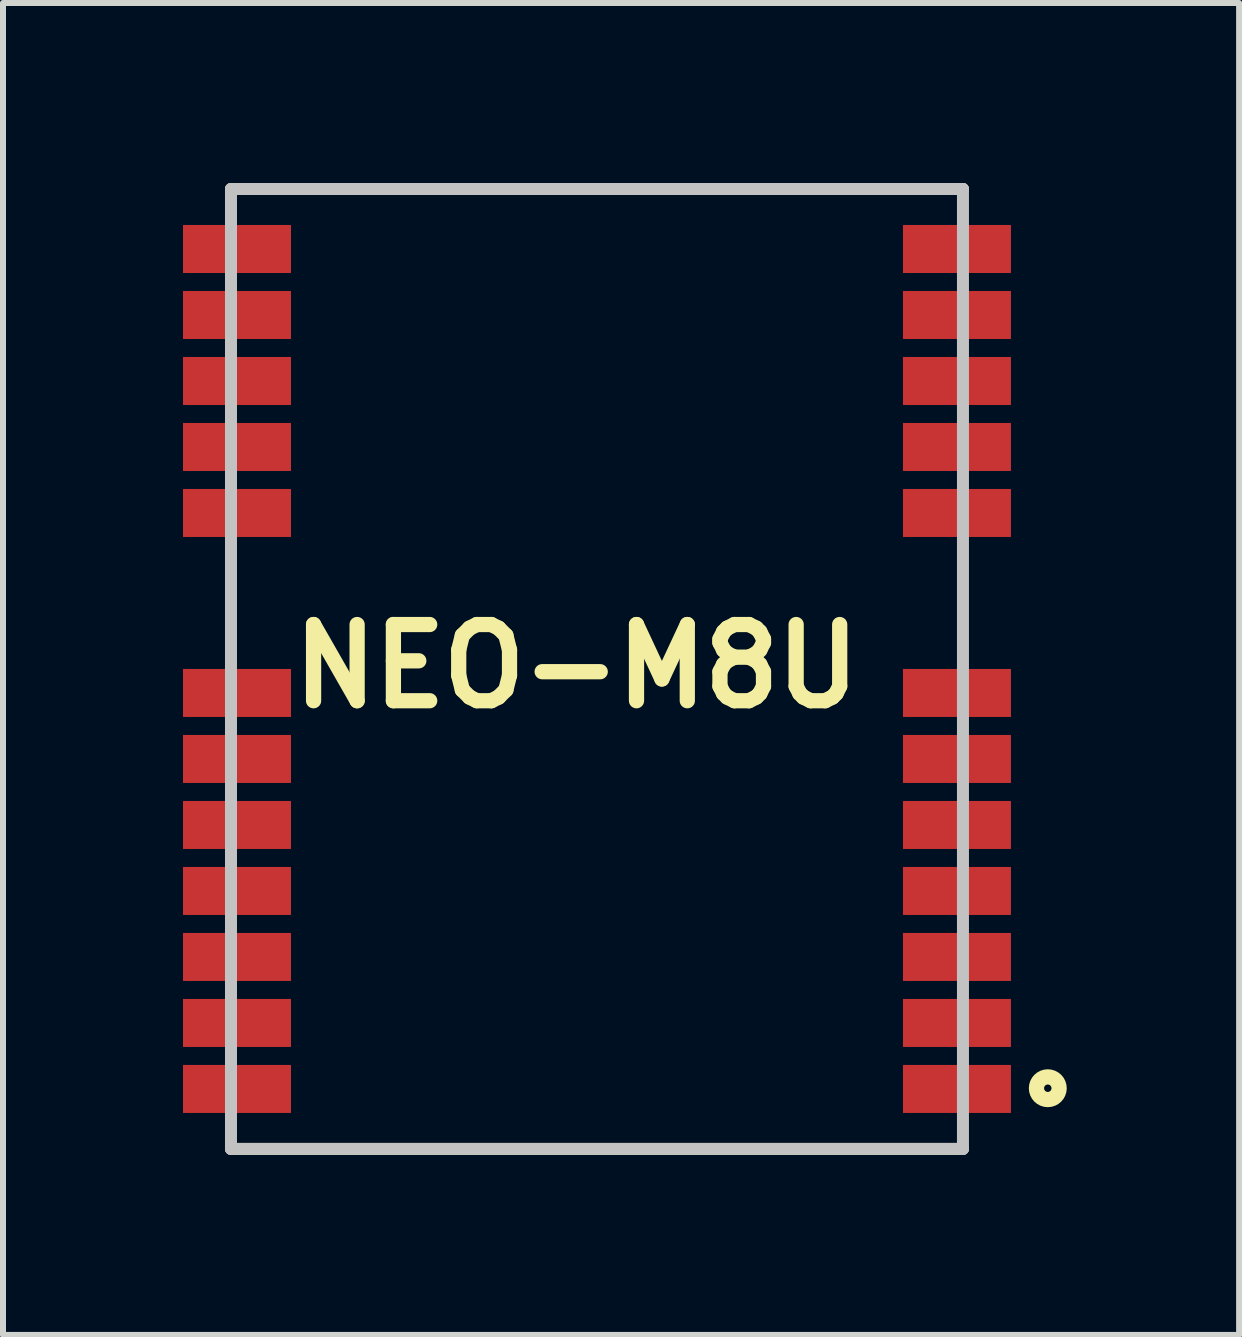
<source format=kicad_pcb>
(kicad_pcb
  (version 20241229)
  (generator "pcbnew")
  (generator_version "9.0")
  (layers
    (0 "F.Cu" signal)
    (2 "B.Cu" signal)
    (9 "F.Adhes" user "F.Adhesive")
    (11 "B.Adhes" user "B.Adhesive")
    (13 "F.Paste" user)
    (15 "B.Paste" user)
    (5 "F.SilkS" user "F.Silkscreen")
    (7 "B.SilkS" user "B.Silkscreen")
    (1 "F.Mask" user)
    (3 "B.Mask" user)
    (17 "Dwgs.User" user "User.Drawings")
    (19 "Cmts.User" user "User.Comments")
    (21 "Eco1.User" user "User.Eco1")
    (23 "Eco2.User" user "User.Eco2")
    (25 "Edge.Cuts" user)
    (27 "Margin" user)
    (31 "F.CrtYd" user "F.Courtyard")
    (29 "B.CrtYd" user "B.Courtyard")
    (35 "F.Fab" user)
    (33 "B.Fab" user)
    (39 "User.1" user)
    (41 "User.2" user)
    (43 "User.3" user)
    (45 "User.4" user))
  (footprint "NEO-M8U"
    (layer "F.Cu")
    (at 6.9 8.1)
    (property "Reference" "NEO-M8U" (at -0.339 -0.045 0) (layer "F.SilkS") (effects (font (size 1.27 1.27) (thickness 0.254))))
    (attr smd)
    (fp_line (start -6.1 8) (end 6.1 8) (stroke (width 0.2) (type solid)) (layer "F.SilkS"))
    (fp_line (start 6.1 -8) (end -6.1 -8) (stroke (width 0.2) (type solid)) (layer "F.SilkS"))
    (fp_circle (center 7.514 6.988) (end 7.452 6.988) (stroke (width 0.254) (type solid)) (fill no) (layer "F.SilkS"))
    (fp_line (start -6.1 -8) (end 6.1 -8) (stroke (width 0.2) (type solid)) (layer "Dwgs.User"))
    (fp_line (start -6.1 8) (end -6.1 -8) (stroke (width 0.2) (type solid)) (layer "Dwgs.User"))
    (fp_line (start 6.1 -8) (end 6.1 8) (stroke (width 0.2) (type solid)) (layer "Dwgs.User"))
    (fp_line (start 6.1 8) (end -6.1 8) (stroke (width 0.2) (type solid)) (layer "Dwgs.User"))
    (pad "1" smd rect (at 6 7 90) (size 0.8 1.8) (layers "F.Cu" "F.Mask" "F.Paste"))
    (pad "2" smd rect (at 6 5.9 90) (size 0.8 1.8) (layers "F.Cu" "F.Mask" "F.Paste"))
    (pad "3" smd rect (at 6 4.8 90) (size 0.8 1.8) (layers "F.Cu" "F.Mask" "F.Paste"))
    (pad "4" smd rect (at 6 3.7 90) (size 0.8 1.8) (layers "F.Cu" "F.Mask" "F.Paste"))
    (pad "5" smd rect (at 6 2.6 90) (size 0.8 1.8) (layers "F.Cu" "F.Mask" "F.Paste"))
    (pad "6" smd rect (at 6 1.5 90) (size 0.8 1.8) (layers "F.Cu" "F.Mask" "F.Paste"))
    (pad "7" smd rect (at 6 0.4 90) (size 0.8 1.8) (layers "F.Cu" "F.Mask" "F.Paste"))
    (pad "8" smd rect (at 6 -2.6 90) (size 0.8 1.8) (layers "F.Cu" "F.Mask" "F.Paste"))
    (pad "9" smd rect (at 6 -3.7 90) (size 0.8 1.8) (layers "F.Cu" "F.Mask" "F.Paste"))
    (pad "10" smd rect (at 6 -4.8 90) (size 0.8 1.8) (layers "F.Cu" "F.Mask" "F.Paste"))
    (pad "11" smd rect (at 6 -5.9 90) (size 0.8 1.8) (layers "F.Cu" "F.Mask" "F.Paste"))
    (pad "12" smd rect (at 6 -7 90) (size 0.8 1.8) (layers "F.Cu" "F.Mask" "F.Paste"))
    (pad "13" smd rect (at -6 -7 90) (size 0.8 1.8) (layers "F.Cu" "F.Mask" "F.Paste"))
    (pad "14" smd rect (at -6 -5.9 90) (size 0.8 1.8) (layers "F.Cu" "F.Mask" "F.Paste"))
    (pad "15" smd rect (at -6 -4.8 90) (size 0.8 1.8) (layers "F.Cu" "F.Mask" "F.Paste"))
    (pad "16" smd rect (at -6 -3.7 90) (size 0.8 1.8) (layers "F.Cu" "F.Mask" "F.Paste"))
    (pad "17" smd rect (at -6 -2.6 90) (size 0.8 1.8) (layers "F.Cu" "F.Mask" "F.Paste"))
    (pad "18" smd rect (at -6 0.4 90) (size 0.8 1.8) (layers "F.Cu" "F.Mask" "F.Paste"))
    (pad "19" smd rect (at -6 1.5 90) (size 0.8 1.8) (layers "F.Cu" "F.Mask" "F.Paste"))
    (pad "20" smd rect (at -6 2.6 90) (size 0.8 1.8) (layers "F.Cu" "F.Mask" "F.Paste"))
    (pad "21" smd rect (at -6 3.7 90) (size 0.8 1.8) (layers "F.Cu" "F.Mask" "F.Paste"))
    (pad "22" smd rect (at -6 4.8 90) (size 0.8 1.8) (layers "F.Cu" "F.Mask" "F.Paste"))
    (pad "23" smd rect (at -6 5.9 90) (size 0.8 1.8) (layers "F.Cu" "F.Mask" "F.Paste"))
    (pad "24" smd rect (at -6 7 90) (size 0.8 1.8) (layers "F.Cu" "F.Mask" "F.Paste")))
  (gr_rect
    (start -3 -3)
    (end 17.603 19.2)
    (stroke (width 0.1) (type default))
    (fill no)
    (layer "Edge.Cuts")))
</source>
